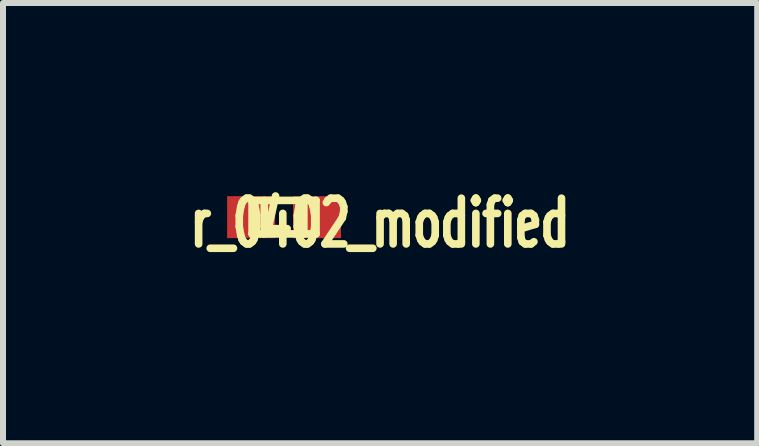
<source format=kicad_pcb>
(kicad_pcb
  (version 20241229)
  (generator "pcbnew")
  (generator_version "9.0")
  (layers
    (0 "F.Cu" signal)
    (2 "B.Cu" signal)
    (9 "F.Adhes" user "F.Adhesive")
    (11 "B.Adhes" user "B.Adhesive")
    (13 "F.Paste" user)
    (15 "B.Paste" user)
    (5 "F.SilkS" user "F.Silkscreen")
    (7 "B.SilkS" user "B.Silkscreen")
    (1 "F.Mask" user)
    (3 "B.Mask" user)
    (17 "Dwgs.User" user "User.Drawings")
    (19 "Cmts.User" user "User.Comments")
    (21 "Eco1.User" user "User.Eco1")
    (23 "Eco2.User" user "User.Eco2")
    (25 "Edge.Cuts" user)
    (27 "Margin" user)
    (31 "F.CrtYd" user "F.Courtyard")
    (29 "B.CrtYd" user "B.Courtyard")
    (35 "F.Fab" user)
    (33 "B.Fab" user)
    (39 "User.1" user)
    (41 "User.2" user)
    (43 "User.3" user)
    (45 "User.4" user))
  (footprint "r_0402_modified"
    (layer "F.Cu")
    (at 1.684 0.569)
    (property "Reference" "r_0402_modified" (at 1.6 0.1 0) (layer "F.SilkS") (effects (font (size 0.762 0.508) (thickness 0.127))))
    (attr smd)
    (fp_line (start -0.533 -0.279) (end -0.533 0.279) (stroke (width 0.127) (type solid)) (layer "F.SilkS"))
    (fp_line (start -0.533 0.279) (end 0.533 0.279) (stroke (width 0.127) (type solid)) (layer "F.SilkS"))
    (fp_line (start -0.33 -0.279) (end -0.33 0.279) (stroke (width 0.127) (type solid)) (layer "F.SilkS"))
    (fp_line (start 0.33 -0.279) (end 0.33 0.279) (stroke (width 0.127) (type solid)) (layer "F.SilkS"))
    (fp_line (start 0.533 -0.279) (end -0.533 -0.279) (stroke (width 0.127) (type solid)) (layer "F.SilkS"))
    (fp_line (start 0.533 0.279) (end 0.533 -0.279) (stroke (width 0.127) (type solid)) (layer "F.SilkS"))
    (pad "1" smd rect (at 0.549 0) (size 0.8 0.699) (layers "F.Cu" "F.Mask" "F.Paste"))
    (pad "2" smd rect (at -0.549 0) (size 0.8 0.699) (layers "F.Cu" "F.Mask" "F.Paste")))
  (gr_rect
    (start -3 -3)
    (end 9.569 4.337)
    (stroke (width 0.1) (type default))
    (fill no)
    (layer "Edge.Cuts")))
</source>
